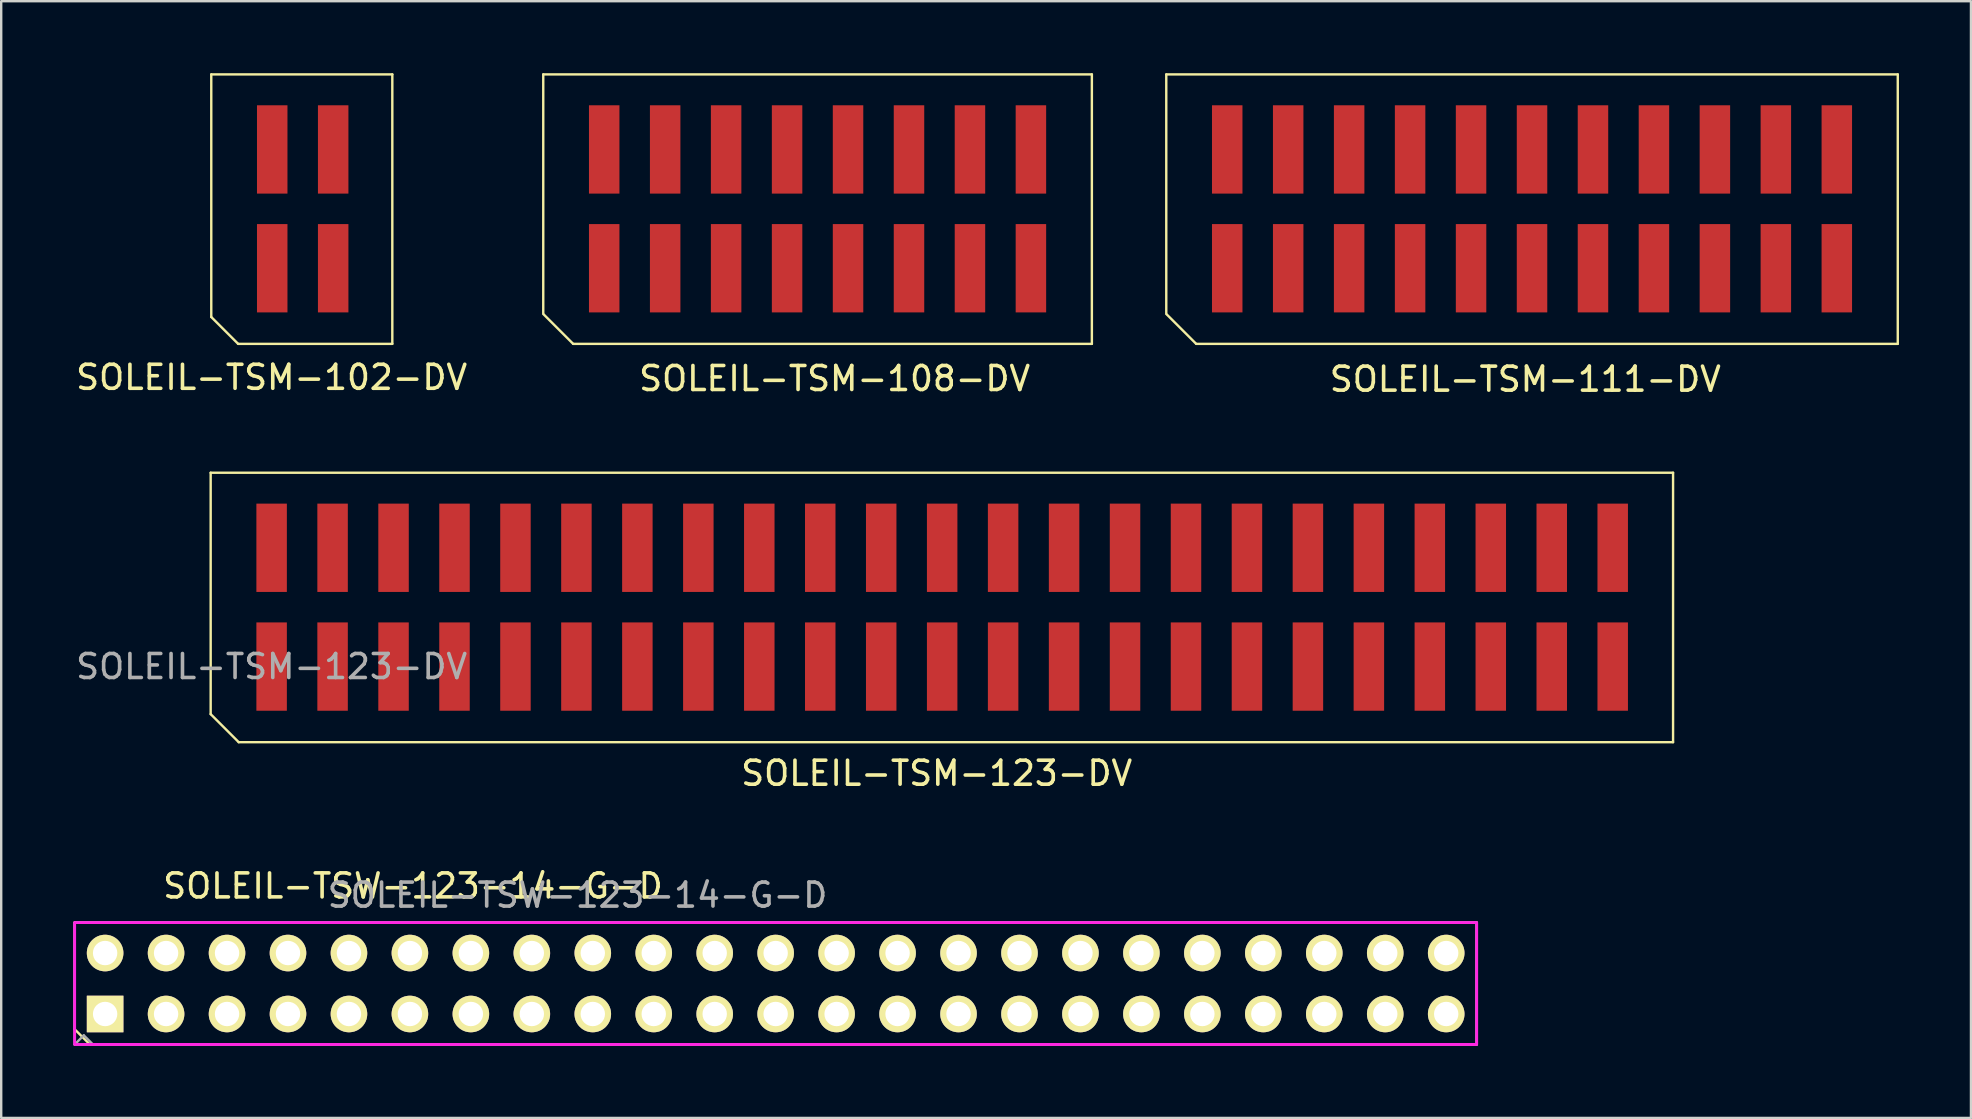
<source format=kicad_pcb>
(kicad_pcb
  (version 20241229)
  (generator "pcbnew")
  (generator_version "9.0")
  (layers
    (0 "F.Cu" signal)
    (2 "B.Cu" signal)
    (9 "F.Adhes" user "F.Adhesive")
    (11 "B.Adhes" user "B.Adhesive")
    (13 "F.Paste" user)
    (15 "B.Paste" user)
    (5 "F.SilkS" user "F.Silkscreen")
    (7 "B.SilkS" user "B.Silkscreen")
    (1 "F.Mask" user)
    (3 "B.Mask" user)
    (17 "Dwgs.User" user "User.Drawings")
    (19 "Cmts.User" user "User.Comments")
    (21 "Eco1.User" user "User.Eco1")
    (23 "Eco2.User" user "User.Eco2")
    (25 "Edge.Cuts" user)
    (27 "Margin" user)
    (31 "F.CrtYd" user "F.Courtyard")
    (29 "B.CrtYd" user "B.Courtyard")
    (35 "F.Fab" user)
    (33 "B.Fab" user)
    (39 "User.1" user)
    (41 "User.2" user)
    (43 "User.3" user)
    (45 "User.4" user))
  (footprint "SOLEIL-TSM-123-DV"
    (layer "F.Cu")
    (at 8.268 24.725)
    (property "Reference" "SOLEIL-TSM-123-DV" (at 27.711 4.445 0) (layer "F.SilkS") (effects (font (size 1 1) (thickness 0.15))))
    (attr smd)
    (fp_line (start -2.54 -8.077) (end 58.395 -8.077) (stroke (width 0.1) (type solid)) (layer "F.SilkS"))
    (fp_line (start -2.54 1.981) (end -2.54 -8.077) (stroke (width 0.1) (type solid)) (layer "F.SilkS"))
    (fp_line (start -2.54 1.981) (end -1.372 3.15) (stroke (width 0.1) (type solid)) (layer "F.SilkS"))
    (fp_line (start -1.372 3.15) (end 58.395 3.15) (stroke (width 0.1) (type solid)) (layer "F.SilkS"))
    (fp_line (start 58.395 -8.077) (end 58.395 3.15) (stroke (width 0.1) (type solid)) (layer "F.SilkS"))
    (fp_text user "${REFERENCE}" (at 0 0 0) (layer "F.Fab") (effects (font (size 1 1) (thickness 0.15))))
    (pad "1" smd rect (at 0 0) (size 1.27 3.68) (layers "F.Cu" "F.Mask" "F.Paste"))
    (pad "2" smd rect (at 0 -4.95) (size 1.27 3.68) (layers "F.Cu" "F.Mask" "F.Paste"))
    (pad "3" smd rect (at 2.54 0) (size 1.27 3.68) (layers "F.Cu" "F.Mask" "F.Paste"))
    (pad "4" smd rect (at 2.54 -4.95) (size 1.27 3.68) (layers "F.Cu" "F.Mask" "F.Paste"))
    (pad "5" smd rect (at 5.08 0) (size 1.27 3.68) (layers "F.Cu" "F.Mask" "F.Paste"))
    (pad "6" smd rect (at 5.08 -4.95) (size 1.27 3.68) (layers "F.Cu" "F.Mask" "F.Paste"))
    (pad "7" smd rect (at 7.62 0) (size 1.27 3.68) (layers "F.Cu" "F.Mask" "F.Paste"))
    (pad "8" smd rect (at 7.62 -4.95) (size 1.27 3.68) (layers "F.Cu" "F.Mask" "F.Paste"))
    (pad "9" smd rect (at 10.16 0) (size 1.27 3.68) (layers "F.Cu" "F.Mask" "F.Paste"))
    (pad "10" smd rect (at 10.16 -4.95) (size 1.27 3.68) (layers "F.Cu" "F.Mask" "F.Paste"))
    (pad "11" smd rect (at 12.7 0) (size 1.27 3.68) (layers "F.Cu" "F.Mask" "F.Paste"))
    (pad "12" smd rect (at 12.7 -4.95) (size 1.27 3.68) (layers "F.Cu" "F.Mask" "F.Paste"))
    (pad "13" smd rect (at 15.24 0) (size 1.27 3.68) (layers "F.Cu" "F.Mask" "F.Paste"))
    (pad "14" smd rect (at 15.24 -4.95) (size 1.27 3.68) (layers "F.Cu" "F.Mask" "F.Paste"))
    (pad "15" smd rect (at 17.78 0) (size 1.27 3.68) (layers "F.Cu" "F.Mask" "F.Paste"))
    (pad "16" smd rect (at 17.78 -4.95) (size 1.27 3.68) (layers "F.Cu" "F.Mask" "F.Paste"))
    (pad "17" smd rect (at 20.32 0) (size 1.27 3.68) (layers "F.Cu" "F.Mask" "F.Paste"))
    (pad "18" smd rect (at 20.32 -4.95) (size 1.27 3.68) (layers "F.Cu" "F.Mask" "F.Paste"))
    (pad "19" smd rect (at 22.86 0) (size 1.27 3.68) (layers "F.Cu" "F.Mask" "F.Paste"))
    (pad "20" smd rect (at 22.86 -4.95) (size 1.27 3.68) (layers "F.Cu" "F.Mask" "F.Paste"))
    (pad "21" smd rect (at 25.4 0) (size 1.27 3.68) (layers "F.Cu" "F.Mask" "F.Paste"))
    (pad "22" smd rect (at 25.4 -4.95) (size 1.27 3.68) (layers "F.Cu" "F.Mask" "F.Paste"))
    (pad "23" smd rect (at 27.94 0) (size 1.27 3.68) (layers "F.Cu" "F.Mask" "F.Paste"))
    (pad "24" smd rect (at 27.94 -4.95) (size 1.27 3.68) (layers "F.Cu" "F.Mask" "F.Paste"))
    (pad "25" smd rect (at 30.48 0) (size 1.27 3.68) (layers "F.Cu" "F.Mask" "F.Paste"))
    (pad "26" smd rect (at 30.48 -4.95) (size 1.27 3.68) (layers "F.Cu" "F.Mask" "F.Paste"))
    (pad "27" smd rect (at 33.02 0) (size 1.27 3.68) (layers "F.Cu" "F.Mask" "F.Paste"))
    (pad "28" smd rect (at 33.02 -4.95) (size 1.27 3.68) (layers "F.Cu" "F.Mask" "F.Paste"))
    (pad "29" smd rect (at 35.56 0) (size 1.27 3.68) (layers "F.Cu" "F.Mask" "F.Paste"))
    (pad "30" smd rect (at 35.56 -4.95) (size 1.27 3.68) (layers "F.Cu" "F.Mask" "F.Paste"))
    (pad "31" smd rect (at 38.1 0) (size 1.27 3.68) (layers "F.Cu" "F.Mask" "F.Paste"))
    (pad "32" smd rect (at 38.1 -4.95) (size 1.27 3.68) (layers "F.Cu" "F.Mask" "F.Paste"))
    (pad "33" smd rect (at 40.64 0) (size 1.27 3.68) (layers "F.Cu" "F.Mask" "F.Paste"))
    (pad "34" smd rect (at 40.64 -4.95) (size 1.27 3.68) (layers "F.Cu" "F.Mask" "F.Paste"))
    (pad "35" smd rect (at 43.18 0) (size 1.27 3.68) (layers "F.Cu" "F.Mask" "F.Paste"))
    (pad "36" smd rect (at 43.18 -4.95) (size 1.27 3.68) (layers "F.Cu" "F.Mask" "F.Paste"))
    (pad "37" smd rect (at 45.72 0) (size 1.27 3.68) (layers "F.Cu" "F.Mask" "F.Paste"))
    (pad "38" smd rect (at 45.72 -4.95) (size 1.27 3.68) (layers "F.Cu" "F.Mask" "F.Paste"))
    (pad "39" smd rect (at 48.26 0) (size 1.27 3.68) (layers "F.Cu" "F.Mask" "F.Paste"))
    (pad "40" smd rect (at 48.26 -4.95) (size 1.27 3.68) (layers "F.Cu" "F.Mask" "F.Paste"))
    (pad "41" smd rect (at 50.8 0) (size 1.27 3.68) (layers "F.Cu" "F.Mask" "F.Paste"))
    (pad "42" smd rect (at 50.8 -4.95) (size 1.27 3.68) (layers "F.Cu" "F.Mask" "F.Paste"))
    (pad "43" smd rect (at 53.34 0) (size 1.27 3.68) (layers "F.Cu" "F.Mask" "F.Paste"))
    (pad "44" smd rect (at 53.34 -4.95) (size 1.27 3.68) (layers "F.Cu" "F.Mask" "F.Paste"))
    (pad "45" smd rect (at 55.88 0) (size 1.27 3.68) (layers "F.Cu" "F.Mask" "F.Paste"))
    (pad "46" smd rect (at 55.88 -4.95) (size 1.27 3.68) (layers "F.Cu" "F.Mask" "F.Paste")))
  (footprint "SOLEIL-TSM-102-DV"
    (layer "F.Cu")
    (at 8.293 8.127)
    (property "Reference" "SOLEIL-TSM-102-DV" (at -0.025 4.547 0) (layer "F.SilkS") (effects (font (size 1 1) (thickness 0.15))))
    (attr through_hole)
    (fp_line (start -2.54 -8.077) (end 5.004 -8.077) (stroke (width 0.1) (type solid)) (layer "F.SilkS"))
    (fp_line (start -2.54 2.032) (end -2.54 -8.077) (stroke (width 0.1) (type solid)) (layer "F.SilkS"))
    (fp_line (start -2.54 2.032) (end -1.422 3.15) (stroke (width 0.1) (type solid)) (layer "F.SilkS"))
    (fp_line (start -1.422 3.15) (end 5.004 3.15) (stroke (width 0.1) (type solid)) (layer "F.SilkS"))
    (fp_line (start 5.004 -8.077) (end 5.004 3.15) (stroke (width 0.1) (type solid)) (layer "F.SilkS"))
    (pad "1" smd rect (at 0 0) (size 1.27 3.68) (layers "F.Cu" "F.Mask" "F.Paste"))
    (pad "2" smd rect (at 0 -4.95) (size 1.27 3.68) (layers "F.Cu" "F.Mask" "F.Paste"))
    (pad "3" smd rect (at 2.54 0) (size 1.27 3.68) (layers "F.Cu" "F.Mask" "F.Paste"))
    (pad "4" smd rect (at 2.54 -4.95) (size 1.27 3.68) (layers "F.Cu" "F.Mask" "F.Paste")))
  (footprint "SOLEIL-TSW-123-14-G-D"
    (layer "F.Cu")
    (at 1.33 39.201)
    (property "Reference" "SOLEIL-TSW-123-14-G-D" (at 12.827 -5.334 0) (layer "F.SilkS") (effects (font (size 1 1) (thickness 0.15))))
    (attr through_hole)
    (fp_line (start -1.27 -3.81) (end -1.27 0.635) (stroke (width 0.1) (type solid)) (layer "F.SilkS"))
    (fp_line (start -0.635 1.27) (end -1.27 0.635) (stroke (width 0.1) (type solid)) (layer "F.SilkS"))
    (fp_line (start -0.635 1.27) (end 57.15 1.27) (stroke (width 0.1) (type solid)) (layer "F.SilkS"))
    (fp_line (start 57.15 -3.81) (end -1.27 -3.81) (stroke (width 0.1) (type solid)) (layer "F.SilkS"))
    (fp_line (start 57.15 1.27) (end 57.15 -3.81) (stroke (width 0.1) (type solid)) (layer "F.SilkS"))
    (fp_rect (start -1.27 -3.81) (end 57.15 1.27) (stroke (width 0.12) (type solid)) (fill no) (layer "F.CrtYd"))
    (fp_line (start -1.27 1.27) (end -0.889 0.889) (stroke (width 0.1) (type solid)) (layer "F.Fab"))
    (fp_line (start -0.889 0.889) (end -0.508 1.27) (stroke (width 0.1) (type solid)) (layer "F.Fab"))
    (fp_rect (start -1.27 -3.81) (end 57.15 1.27) (stroke (width 0.1) (type solid)) (fill no) (layer "F.Fab"))
    (fp_text user "${REFERENCE}" (at 19.685 -4.953 0) (layer "F.Fab") (effects (font (size 1 1) (thickness 0.15))))
    (pad "1" thru_hole rect (at 0 0 180) (size 1.524 1.524) (drill 1.016) (layers "*.Cu" "*.Mask" "F.SilkS"))
    (pad "2" thru_hole circle (at 0 -2.54 180) (size 1.524 1.524) (drill 1.016) (layers "*.Cu" "*.Mask" "F.SilkS"))
    (pad "3" thru_hole circle (at 2.54 0 180) (size 1.524 1.524) (drill 1.016) (layers "*.Cu" "*.Mask" "F.SilkS"))
    (pad "4" thru_hole circle (at 2.54 -2.54 180) (size 1.524 1.524) (drill 1.016) (layers "*.Cu" "*.Mask" "F.SilkS"))
    (pad "5" thru_hole circle (at 5.08 0 180) (size 1.524 1.524) (drill 1.016) (layers "*.Cu" "*.Mask" "F.SilkS"))
    (pad "6" thru_hole circle (at 5.08 -2.54 180) (size 1.524 1.524) (drill 1.016) (layers "*.Cu" "*.Mask" "F.SilkS"))
    (pad "7" thru_hole circle (at 7.62 0 180) (size 1.524 1.524) (drill 1.016) (layers "*.Cu" "*.Mask" "F.SilkS"))
    (pad "8" thru_hole circle (at 7.62 -2.54 180) (size 1.524 1.524) (drill 1.016) (layers "*.Cu" "*.Mask" "F.SilkS"))
    (pad "9" thru_hole circle (at 10.16 0 180) (size 1.524 1.524) (drill 1.016) (layers "*.Cu" "*.Mask" "F.SilkS"))
    (pad "10" thru_hole circle (at 10.16 -2.54 180) (size 1.524 1.524) (drill 1.016) (layers "*.Cu" "*.Mask" "F.SilkS"))
    (pad "11" thru_hole circle (at 12.7 0 180) (size 1.524 1.524) (drill 1.016) (layers "*.Cu" "*.Mask" "F.SilkS"))
    (pad "12" thru_hole circle (at 12.7 -2.54 180) (size 1.524 1.524) (drill 1.016) (layers "*.Cu" "*.Mask" "F.SilkS"))
    (pad "13" thru_hole circle (at 15.24 0 180) (size 1.524 1.524) (drill 1.016) (layers "*.Cu" "*.Mask" "F.SilkS"))
    (pad "14" thru_hole circle (at 15.24 -2.54 180) (size 1.524 1.524) (drill 1.016) (layers "*.Cu" "*.Mask" "F.SilkS"))
    (pad "15" thru_hole circle (at 17.78 0 180) (size 1.524 1.524) (drill 1.016) (layers "*.Cu" "*.Mask" "F.SilkS"))
    (pad "16" thru_hole circle (at 17.78 -2.54 180) (size 1.524 1.524) (drill 1.016) (layers "*.Cu" "*.Mask" "F.SilkS"))
    (pad "17" thru_hole circle (at 20.32 0 180) (size 1.524 1.524) (drill 1.016) (layers "*.Cu" "*.Mask" "F.SilkS"))
    (pad "18" thru_hole circle (at 20.32 -2.54 180) (size 1.524 1.524) (drill 1.016) (layers "*.Cu" "*.Mask" "F.SilkS"))
    (pad "19" thru_hole circle (at 22.86 0 180) (size 1.524 1.524) (drill 1.016) (layers "*.Cu" "*.Mask" "F.SilkS"))
    (pad "20" thru_hole circle (at 22.86 -2.54 180) (size 1.524 1.524) (drill 1.016) (layers "*.Cu" "*.Mask" "F.SilkS"))
    (pad "21" thru_hole circle (at 25.4 0 180) (size 1.524 1.524) (drill 1.016) (layers "*.Cu" "*.Mask" "F.SilkS"))
    (pad "22" thru_hole circle (at 25.4 -2.54 180) (size 1.524 1.524) (drill 1.016) (layers "*.Cu" "*.Mask" "F.SilkS"))
    (pad "23" thru_hole circle (at 27.94 0 180) (size 1.524 1.524) (drill 1.016) (layers "*.Cu" "*.Mask" "F.SilkS"))
    (pad "24" thru_hole circle (at 27.94 -2.54 180) (size 1.524 1.524) (drill 1.016) (layers "*.Cu" "*.Mask" "F.SilkS"))
    (pad "25" thru_hole circle (at 30.48 0 180) (size 1.524 1.524) (drill 1.016) (layers "*.Cu" "*.Mask" "F.SilkS"))
    (pad "26" thru_hole circle (at 30.48 -2.54 180) (size 1.524 1.524) (drill 1.016) (layers "*.Cu" "*.Mask" "F.SilkS"))
    (pad "27" thru_hole circle (at 33.02 0 180) (size 1.524 1.524) (drill 1.016) (layers "*.Cu" "*.Mask" "F.SilkS"))
    (pad "28" thru_hole circle (at 33.02 -2.54 180) (size 1.524 1.524) (drill 1.016) (layers "*.Cu" "*.Mask" "F.SilkS"))
    (pad "29" thru_hole circle (at 35.56 0 180) (size 1.524 1.524) (drill 1.016) (layers "*.Cu" "*.Mask" "F.SilkS"))
    (pad "30" thru_hole circle (at 35.56 -2.54 180) (size 1.524 1.524) (drill 1.016) (layers "*.Cu" "*.Mask" "F.SilkS"))
    (pad "31" thru_hole circle (at 38.1 0 180) (size 1.524 1.524) (drill 1.016) (layers "*.Cu" "*.Mask" "F.SilkS"))
    (pad "32" thru_hole circle (at 38.1 -2.54 180) (size 1.524 1.524) (drill 1.016) (layers "*.Cu" "*.Mask" "F.SilkS"))
    (pad "33" thru_hole circle (at 40.64 0 180) (size 1.524 1.524) (drill 1.016) (layers "*.Cu" "*.Mask" "F.SilkS"))
    (pad "34" thru_hole circle (at 40.64 -2.54 180) (size 1.524 1.524) (drill 1.016) (layers "*.Cu" "*.Mask" "F.SilkS"))
    (pad "35" thru_hole circle (at 43.18 0 180) (size 1.524 1.524) (drill 1.016) (layers "*.Cu" "*.Mask" "F.SilkS"))
    (pad "36" thru_hole circle (at 43.18 -2.54 180) (size 1.524 1.524) (drill 1.016) (layers "*.Cu" "*.Mask" "F.SilkS"))
    (pad "37" thru_hole circle (at 45.72 0 180) (size 1.524 1.524) (drill 1.016) (layers "*.Cu" "*.Mask" "F.SilkS"))
    (pad "38" thru_hole circle (at 45.72 -2.54 180) (size 1.524 1.524) (drill 1.016) (layers "*.Cu" "*.Mask" "F.SilkS"))
    (pad "39" thru_hole circle (at 48.26 0 180) (size 1.524 1.524) (drill 1.016) (layers "*.Cu" "*.Mask" "F.SilkS"))
    (pad "40" thru_hole circle (at 48.26 -2.54 180) (size 1.524 1.524) (drill 1.016) (layers "*.Cu" "*.Mask" "F.SilkS"))
    (pad "41" thru_hole circle (at 50.8 0 180) (size 1.524 1.524) (drill 1.016) (layers "*.Cu" "*.Mask" "F.SilkS"))
    (pad "42" thru_hole circle (at 50.8 -2.54 180) (size 1.524 1.524) (drill 1.016) (layers "*.Cu" "*.Mask" "F.SilkS"))
    (pad "43" thru_hole circle (at 53.34 0 180) (size 1.524 1.524) (drill 1.016) (layers "*.Cu" "*.Mask" "F.SilkS"))
    (pad "44" thru_hole circle (at 53.34 -2.54 180) (size 1.524 1.524) (drill 1.016) (layers "*.Cu" "*.Mask" "F.SilkS"))
    (pad "45" thru_hole circle (at 55.88 0 180) (size 1.524 1.524) (drill 1.016) (layers "*.Cu" "*.Mask" "F.SilkS"))
    (pad "46" thru_hole circle (at 55.88 -2.54 180) (size 1.524 1.524) (drill 1.016) (layers "*.Cu" "*.Mask" "F.SilkS")))
  (footprint "SOLEIL-TSM-111-DV"
    (layer "F.Cu")
    (at 48.086 8.127)
    (property "Reference" "SOLEIL-TSM-111-DV" (at 12.421 4.623 0) (layer "F.SilkS") (effects (font (size 1 1) (thickness 0.15))))
    (attr through_hole)
    (fp_line (start -2.54 -8.077) (end -2.54 1.905) (stroke (width 0.1) (type solid)) (layer "F.SilkS"))
    (fp_line (start -2.54 -8.077) (end 27.94 -8.077) (stroke (width 0.1) (type solid)) (layer "F.SilkS"))
    (fp_line (start -2.515 1.93) (end -1.295 3.15) (stroke (width 0.1) (type solid)) (layer "F.SilkS"))
    (fp_line (start -1.295 3.15) (end 27.94 3.15) (stroke (width 0.1) (type solid)) (layer "F.SilkS"))
    (fp_line (start 27.94 -8.077) (end 27.94 3.15) (stroke (width 0.1) (type solid)) (layer "F.SilkS"))
    (pad "1" smd rect (at 0 0) (size 1.27 3.68) (layers "F.Cu" "F.Mask" "F.Paste"))
    (pad "2" smd rect (at 0 -4.95) (size 1.27 3.68) (layers "F.Cu" "F.Mask" "F.Paste"))
    (pad "3" smd rect (at 2.54 0) (size 1.27 3.68) (layers "F.Cu" "F.Mask" "F.Paste"))
    (pad "4" smd rect (at 2.54 -4.95) (size 1.27 3.68) (layers "F.Cu" "F.Mask" "F.Paste"))
    (pad "5" smd rect (at 5.08 0) (size 1.27 3.68) (layers "F.Cu" "F.Mask" "F.Paste"))
    (pad "6" smd rect (at 5.08 -4.95) (size 1.27 3.68) (layers "F.Cu" "F.Mask" "F.Paste"))
    (pad "7" smd rect (at 7.62 0) (size 1.27 3.68) (layers "F.Cu" "F.Mask" "F.Paste"))
    (pad "8" smd rect (at 7.62 -4.95) (size 1.27 3.68) (layers "F.Cu" "F.Mask" "F.Paste"))
    (pad "9" smd rect (at 10.16 0) (size 1.27 3.68) (layers "F.Cu" "F.Mask" "F.Paste"))
    (pad "10" smd rect (at 10.16 -4.95) (size 1.27 3.68) (layers "F.Cu" "F.Mask" "F.Paste"))
    (pad "11" smd rect (at 12.7 0) (size 1.27 3.68) (layers "F.Cu" "F.Mask" "F.Paste"))
    (pad "12" smd rect (at 12.7 -4.95) (size 1.27 3.68) (layers "F.Cu" "F.Mask" "F.Paste"))
    (pad "13" smd rect (at 15.24 0) (size 1.27 3.68) (layers "F.Cu" "F.Mask" "F.Paste"))
    (pad "14" smd rect (at 15.24 -4.95) (size 1.27 3.68) (layers "F.Cu" "F.Mask" "F.Paste"))
    (pad "15" smd rect (at 17.78 0) (size 1.27 3.68) (layers "F.Cu" "F.Mask" "F.Paste"))
    (pad "16" smd rect (at 17.78 -4.95) (size 1.27 3.68) (layers "F.Cu" "F.Mask" "F.Paste"))
    (pad "17" smd rect (at 20.32 0) (size 1.27 3.68) (layers "F.Cu" "F.Mask" "F.Paste"))
    (pad "18" smd rect (at 20.32 -4.95) (size 1.27 3.68) (layers "F.Cu" "F.Mask" "F.Paste"))
    (pad "19" smd rect (at 22.86 0) (size 1.27 3.68) (layers "F.Cu" "F.Mask" "F.Paste"))
    (pad "20" smd rect (at 22.86 -4.95) (size 1.27 3.68) (layers "F.Cu" "F.Mask" "F.Paste"))
    (pad "21" smd rect (at 25.4 0) (size 1.27 3.68) (layers "F.Cu" "F.Mask" "F.Paste"))
    (pad "22" smd rect (at 25.4 -4.95) (size 1.27 3.68) (layers "F.Cu" "F.Mask" "F.Paste")))
  (footprint "SOLEIL-TSM-108-DV"
    (layer "F.Cu")
    (at 22.126 8.127)
    (property "Reference" "SOLEIL-TSM-108-DV" (at 9.601 4.597 0) (layer "F.SilkS") (effects (font (size 1 1) (thickness 0.15))))
    (attr through_hole)
    (fp_line (start -2.54 -8.077) (end -2.54 1.905) (stroke (width 0.1) (type solid)) (layer "F.SilkS"))
    (fp_line (start -2.54 -8.077) (end 20.32 -8.077) (stroke (width 0.1) (type solid)) (layer "F.SilkS"))
    (fp_line (start -2.515 1.93) (end -1.295 3.15) (stroke (width 0.1) (type solid)) (layer "F.SilkS"))
    (fp_line (start -1.295 3.15) (end 20.32 3.15) (stroke (width 0.1) (type solid)) (layer "F.SilkS"))
    (fp_line (start 20.32 -8.077) (end 20.32 3.15) (stroke (width 0.1) (type solid)) (layer "F.SilkS"))
    (pad "1" smd rect (at 0 0) (size 1.27 3.68) (layers "F.Cu" "F.Mask" "F.Paste"))
    (pad "2" smd rect (at 0 -4.95) (size 1.27 3.68) (layers "F.Cu" "F.Mask" "F.Paste"))
    (pad "3" smd rect (at 2.54 0) (size 1.27 3.68) (layers "F.Cu" "F.Mask" "F.Paste"))
    (pad "4" smd rect (at 2.54 -4.95) (size 1.27 3.68) (layers "F.Cu" "F.Mask" "F.Paste"))
    (pad "5" smd rect (at 5.08 0) (size 1.27 3.68) (layers "F.Cu" "F.Mask" "F.Paste"))
    (pad "6" smd rect (at 5.08 -4.95) (size 1.27 3.68) (layers "F.Cu" "F.Mask" "F.Paste"))
    (pad "7" smd rect (at 7.62 0) (size 1.27 3.68) (layers "F.Cu" "F.Mask" "F.Paste"))
    (pad "8" smd rect (at 7.62 -4.95) (size 1.27 3.68) (layers "F.Cu" "F.Mask" "F.Paste"))
    (pad "9" smd rect (at 10.16 0) (size 1.27 3.68) (layers "F.Cu" "F.Mask" "F.Paste"))
    (pad "10" smd rect (at 10.16 -4.95) (size 1.27 3.68) (layers "F.Cu" "F.Mask" "F.Paste"))
    (pad "11" smd rect (at 12.7 0) (size 1.27 3.68) (layers "F.Cu" "F.Mask" "F.Paste"))
    (pad "12" smd rect (at 12.7 -4.95) (size 1.27 3.68) (layers "F.Cu" "F.Mask" "F.Paste"))
    (pad "13" smd rect (at 15.24 0) (size 1.27 3.68) (layers "F.Cu" "F.Mask" "F.Paste"))
    (pad "14" smd rect (at 15.24 -4.95) (size 1.27 3.68) (layers "F.Cu" "F.Mask" "F.Paste"))
    (pad "15" smd rect (at 17.78 0) (size 1.27 3.68) (layers "F.Cu" "F.Mask" "F.Paste"))
    (pad "16" smd rect (at 17.78 -4.95) (size 1.27 3.68) (layers "F.Cu" "F.Mask" "F.Paste")))
  (gr_rect
    (start -3 -3)
    (end 79.076 43.531)
    (stroke (width 0.1) (type default))
    (fill no)
    (layer "Edge.Cuts")))
</source>
